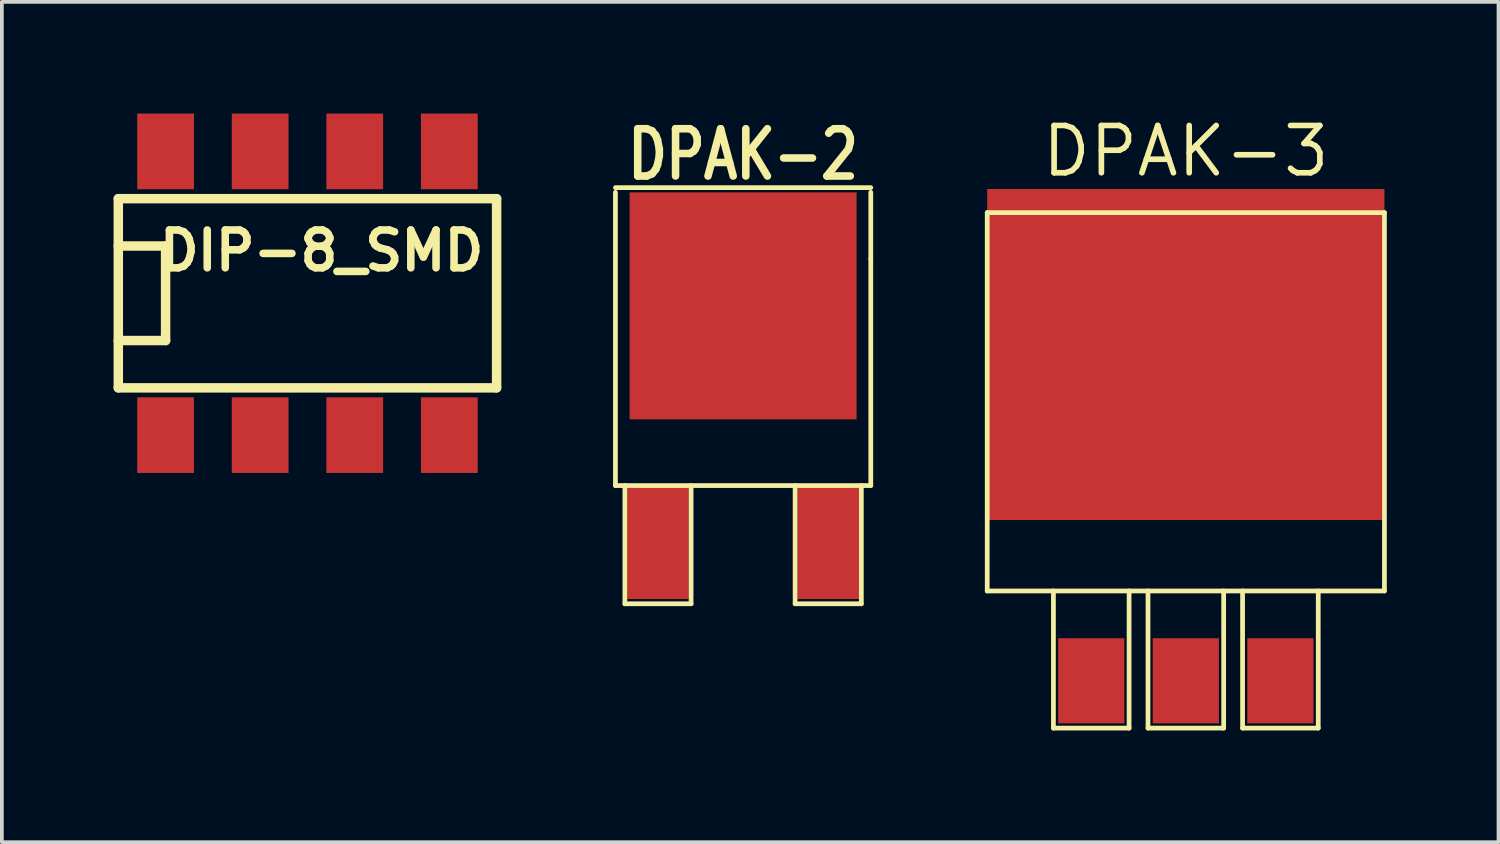
<source format=kicad_pcb>
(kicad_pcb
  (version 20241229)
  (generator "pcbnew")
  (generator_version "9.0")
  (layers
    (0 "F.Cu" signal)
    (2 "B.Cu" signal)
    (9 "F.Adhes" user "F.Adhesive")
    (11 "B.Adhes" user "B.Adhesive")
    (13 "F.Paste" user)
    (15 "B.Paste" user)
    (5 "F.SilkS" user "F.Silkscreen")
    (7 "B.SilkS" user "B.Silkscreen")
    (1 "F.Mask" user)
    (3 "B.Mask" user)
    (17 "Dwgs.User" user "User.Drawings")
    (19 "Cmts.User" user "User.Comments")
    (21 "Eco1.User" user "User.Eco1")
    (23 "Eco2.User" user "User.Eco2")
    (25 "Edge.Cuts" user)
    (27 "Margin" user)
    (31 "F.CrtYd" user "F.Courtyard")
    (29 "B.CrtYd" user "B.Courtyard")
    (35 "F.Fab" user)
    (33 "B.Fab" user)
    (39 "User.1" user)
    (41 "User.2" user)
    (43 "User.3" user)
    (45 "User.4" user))
  (footprint "DPAK-2"
    (layer "F.Cu")
    (at 16.907 11.514)
    (property "Reference" "DPAK-2" (at 0 -10.414 0) (layer "F.SilkS") (effects (font (size 1.27 1.016) (thickness 0.203))))
    (attr smd)
    (fp_line (start -3.429 -9.525) (end 3.429 -9.525) (stroke (width 0.127) (type solid)) (layer "F.SilkS"))
    (fp_line (start -3.429 -1.524) (end -3.429 -9.398) (stroke (width 0.127) (type solid)) (layer "F.SilkS"))
    (fp_line (start -3.175 -1.524) (end -3.175 1.651) (stroke (width 0.127) (type solid)) (layer "F.SilkS"))
    (fp_line (start -3.175 1.651) (end -1.397 1.651) (stroke (width 0.127) (type solid)) (layer "F.SilkS"))
    (fp_line (start -1.397 1.651) (end -1.397 -1.524) (stroke (width 0.127) (type solid)) (layer "F.SilkS"))
    (fp_line (start 1.397 -1.524) (end 1.397 1.651) (stroke (width 0.127) (type solid)) (layer "F.SilkS"))
    (fp_line (start 1.397 1.651) (end 3.175 1.651) (stroke (width 0.127) (type solid)) (layer "F.SilkS"))
    (fp_line (start 3.175 1.651) (end 3.175 -1.524) (stroke (width 0.127) (type solid)) (layer "F.SilkS"))
    (fp_line (start 3.429 -9.398) (end 3.429 -7.62) (stroke (width 0.127) (type solid)) (layer "F.SilkS"))
    (fp_line (start 3.429 -7.62) (end 3.429 -1.524) (stroke (width 0.127) (type solid)) (layer "F.SilkS"))
    (fp_line (start 3.429 -1.524) (end -3.429 -1.524) (stroke (width 0.127) (type solid)) (layer "F.SilkS"))
    (pad "1" smd rect (at -2.286 0) (size 1.651 3.048) (layers "F.Cu" "F.Mask" "F.Paste"))
    (pad "2" smd rect (at 0 -6.35) (size 6.096 6.096) (layers "F.Cu" "F.Mask" "F.Paste"))
    (pad "3" smd rect (at 2.286 0) (size 1.651 3.048) (layers "F.Cu" "F.Mask" "F.Paste")))
  (footprint "DIP-8_SMD"
    (layer "F.Cu")
    (at 5.207 4.826)
    (property "Reference" "DIP-8_SMD" (at 0.381 -1.143 0) (layer "F.SilkS") (effects (font (size 1.016 1.016) (thickness 0.203))))
    (attr smd)
    (fp_line (start -5.08 -2.54) (end -5.08 2.54) (stroke (width 0.254) (type solid)) (layer "F.SilkS"))
    (fp_line (start -5.08 -1.27) (end -3.81 -1.27) (stroke (width 0.254) (type solid)) (layer "F.SilkS"))
    (fp_line (start -5.08 2.54) (end 5.08 2.54) (stroke (width 0.254) (type solid)) (layer "F.SilkS"))
    (fp_line (start -3.81 -1.27) (end -3.81 1.27) (stroke (width 0.254) (type solid)) (layer "F.SilkS"))
    (fp_line (start -3.81 1.27) (end -5.08 1.27) (stroke (width 0.254) (type solid)) (layer "F.SilkS"))
    (fp_line (start 5.08 -2.54) (end -5.08 -2.54) (stroke (width 0.254) (type solid)) (layer "F.SilkS"))
    (fp_line (start 5.08 2.54) (end 5.08 -2.54) (stroke (width 0.254) (type solid)) (layer "F.SilkS"))
    (pad "1" smd rect (at -3.81 3.81) (size 1.524 2.032) (layers "F.Cu" "F.Mask" "F.Paste"))
    (pad "2" smd rect (at -1.27 3.81) (size 1.524 2.032) (layers "F.Cu" "F.Mask" "F.Paste"))
    (pad "3" smd rect (at 1.27 3.81) (size 1.524 2.032) (layers "F.Cu" "F.Mask" "F.Paste"))
    (pad "4" smd rect (at 3.81 3.81) (size 1.524 2.032) (layers "F.Cu" "F.Mask" "F.Paste"))
    (pad "5" smd rect (at 3.81 -3.81) (size 1.524 2.032) (layers "F.Cu" "F.Mask" "F.Paste"))
    (pad "6" smd rect (at 1.27 -3.81) (size 1.524 2.032) (layers "F.Cu" "F.Mask" "F.Paste"))
    (pad "7" smd rect (at -1.27 -3.81) (size 1.524 2.032) (layers "F.Cu" "F.Mask" "F.Paste"))
    (pad "8" smd rect (at -3.81 -3.81) (size 1.524 2.032) (layers "F.Cu" "F.Mask" "F.Paste")))
  (footprint "DPAK-3"
    (layer "F.Cu")
    (at 28.797 15.234)
    (property "Reference" "DPAK-3" (at 0 -14.224 0) (layer "F.SilkS") (effects (font (size 1.27 1.27) (thickness 0.152))))
    (attr through_hole)
    (fp_line (start -5.334 -12.573) (end -5.334 -2.413) (stroke (width 0.127) (type solid)) (layer "F.SilkS"))
    (fp_line (start -5.334 -2.413) (end 5.334 -2.413) (stroke (width 0.127) (type solid)) (layer "F.SilkS"))
    (fp_line (start -3.556 -2.413) (end -3.556 1.27) (stroke (width 0.127) (type solid)) (layer "F.SilkS"))
    (fp_line (start -3.556 1.27) (end -1.524 1.27) (stroke (width 0.127) (type solid)) (layer "F.SilkS"))
    (fp_line (start -1.524 1.27) (end -1.524 -2.413) (stroke (width 0.127) (type solid)) (layer "F.SilkS"))
    (fp_line (start -1.016 -2.413) (end -1.016 1.27) (stroke (width 0.127) (type solid)) (layer "F.SilkS"))
    (fp_line (start -1.016 1.27) (end 1.016 1.27) (stroke (width 0.127) (type solid)) (layer "F.SilkS"))
    (fp_line (start 1.016 1.27) (end 1.016 -2.413) (stroke (width 0.127) (type solid)) (layer "F.SilkS"))
    (fp_line (start 1.524 -2.413) (end 1.524 1.27) (stroke (width 0.127) (type solid)) (layer "F.SilkS"))
    (fp_line (start 1.524 1.27) (end 3.556 1.27) (stroke (width 0.127) (type solid)) (layer "F.SilkS"))
    (fp_line (start 3.556 1.27) (end 3.556 -2.413) (stroke (width 0.127) (type solid)) (layer "F.SilkS"))
    (fp_line (start 5.334 -12.573) (end -5.334 -12.573) (stroke (width 0.127) (type solid)) (layer "F.SilkS"))
    (fp_line (start 5.334 -2.413) (end 5.334 -12.573) (stroke (width 0.127) (type solid)) (layer "F.SilkS"))
    (pad "1" smd rect (at -2.54 0) (size 1.778 2.286) (layers "F.Cu" "F.Mask" "F.Paste"))
    (pad "2" smd rect (at 0 -8.763) (size 10.668 8.89) (layers "F.Cu" "F.Mask" "F.Paste"))
    (pad "2" smd rect (at 0 0) (size 1.778 2.286) (layers "F.Cu" "F.Mask" "F.Paste"))
    (pad "3" smd rect (at 2.54 0) (size 1.778 2.286) (layers "F.Cu" "F.Mask" "F.Paste")))
  (gr_rect
    (start -3 -3)
    (end 37.194 19.568)
    (stroke (width 0.1) (type default))
    (fill no)
    (layer "Edge.Cuts")))
</source>
